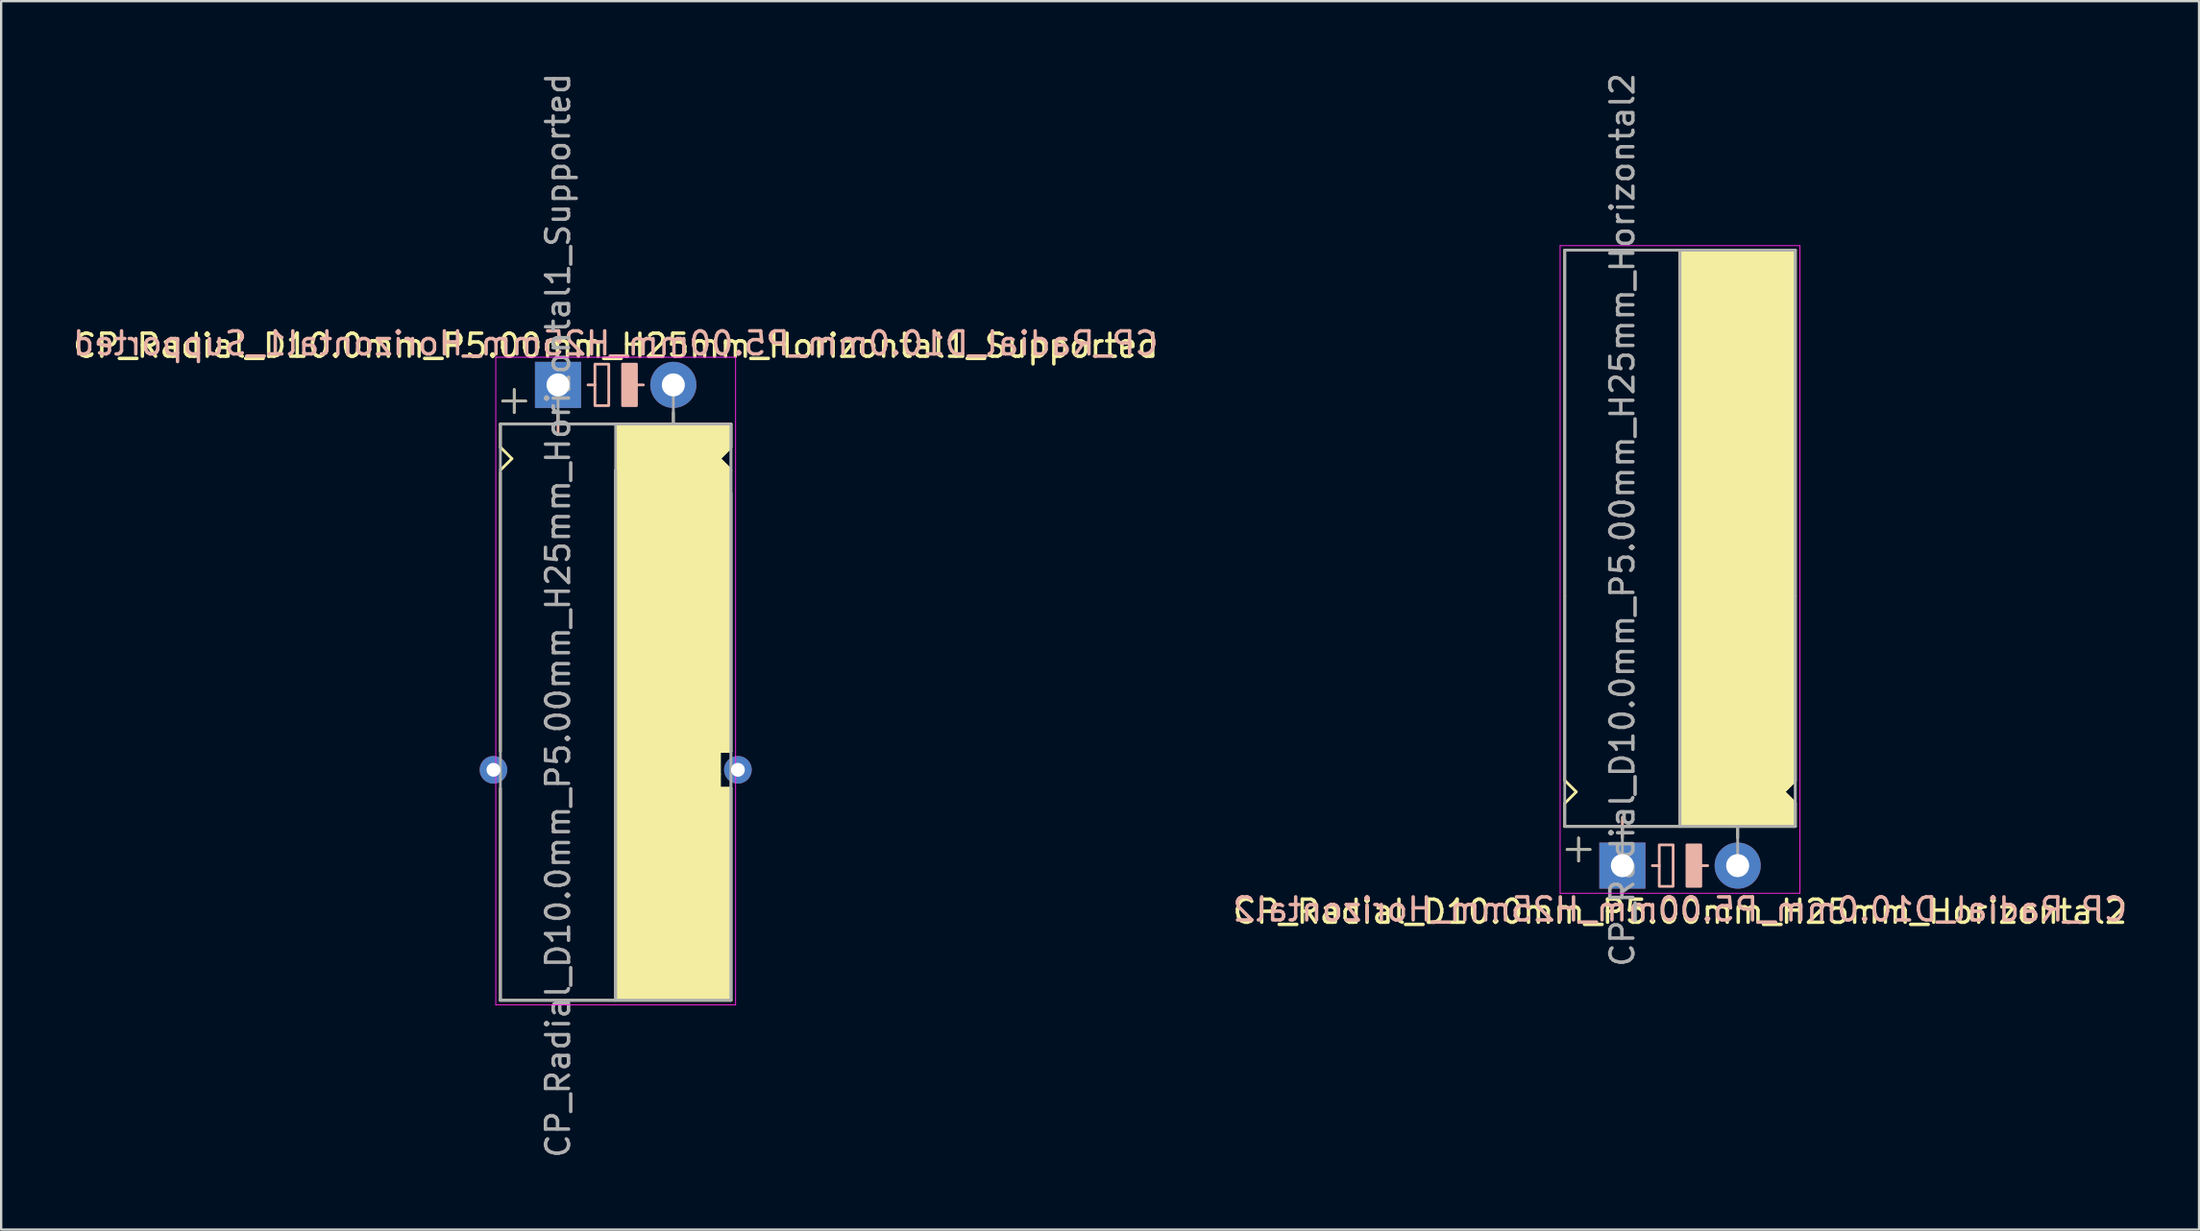
<source format=kicad_pcb>
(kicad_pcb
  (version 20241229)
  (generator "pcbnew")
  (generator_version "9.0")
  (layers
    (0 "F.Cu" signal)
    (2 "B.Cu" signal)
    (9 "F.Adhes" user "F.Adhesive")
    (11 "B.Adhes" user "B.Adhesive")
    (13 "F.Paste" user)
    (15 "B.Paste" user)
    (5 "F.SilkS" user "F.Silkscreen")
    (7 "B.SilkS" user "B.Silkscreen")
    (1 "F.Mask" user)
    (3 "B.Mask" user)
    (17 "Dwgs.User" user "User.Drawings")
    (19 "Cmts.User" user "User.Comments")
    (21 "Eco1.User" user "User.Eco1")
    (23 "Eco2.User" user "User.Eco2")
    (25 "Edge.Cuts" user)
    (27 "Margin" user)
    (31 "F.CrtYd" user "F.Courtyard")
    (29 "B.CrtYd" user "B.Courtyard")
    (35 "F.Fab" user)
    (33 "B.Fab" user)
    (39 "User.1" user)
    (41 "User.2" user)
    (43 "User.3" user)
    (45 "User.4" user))
  (footprint "CP_Radial_D10.0mm_P5.00mm_H25mm_Horizontal1_Supported"
    (layer "F.Cu")
    (at 21.149 13.649)
    (property "Reference" "CP_Radial_D10.0mm_P5.00mm_H25mm_Horizontal1_Supported" (at 2.5 -1.7 0) (layer "F.SilkS") (effects (font (size 1 1) (thickness 0.15))))
    (fp_line (start -2.5 1.7) (end -2.5 2.7) (stroke (width 0.12) (type solid)) (layer "F.SilkS"))
    (fp_line (start -2.5 2.7) (end -2 3.2) (stroke (width 0.12) (type solid)) (layer "F.SilkS"))
    (fp_line (start -2.5 3.8) (end -2.5 15.9) (stroke (width 0.12) (type solid)) (layer "F.SilkS"))
    (fp_line (start -2.5 17.5) (end -2.5 26.7) (stroke (width 0.12) (type solid)) (layer "F.SilkS"))
    (fp_line (start -2.5 26.7) (end 7.5 26.7) (stroke (width 0.12) (type solid)) (layer "F.SilkS"))
    (fp_line (start -2 3.2) (end -2.5 3.7) (stroke (width 0.12) (type solid)) (layer "F.SilkS"))
    (fp_line (start -1.9 0.2) (end -1.9 1.2) (stroke (width 0.12) (type solid)) (layer "F.SilkS"))
    (fp_line (start -1.4 0.7) (end -2.4 0.7) (stroke (width 0.12) (type solid)) (layer "F.SilkS"))
    (fp_line (start 0 1.7) (end 0 1.2) (stroke (width 0.12) (type solid)) (layer "F.SilkS"))
    (fp_line (start 2.5 1.7) (end -2.5 1.7) (stroke (width 0.12) (type solid)) (layer "F.SilkS"))
    (fp_line (start 2.5 26.7) (end 2.5 3.7) (stroke (width 0.12) (type solid)) (layer "F.SilkS"))
    (fp_line (start 5 1.7) (end 5 1.2) (stroke (width 0.12) (type solid)) (layer "F.SilkS"))
    (fp_line (start 7 3.2) (end 7.5 3.7) (stroke (width 0.12) (type solid)) (layer "F.SilkS"))
    (fp_line (start 7 15.9) (end 7.5 15.9) (stroke (width 0.12) (type solid)) (layer "F.SilkS"))
    (fp_line (start 7 16.9) (end 7 15.9) (stroke (width 0.12) (type solid)) (layer "F.SilkS"))
    (fp_line (start 7 17.5) (end 7 16.9) (stroke (width 0.12) (type solid)) (layer "F.SilkS"))
    (fp_line (start 7.5 1.7) (end 2.5 1.7) (stroke (width 0.12) (type solid)) (layer "F.SilkS"))
    (fp_line (start 7.5 1.7) (end 7.5 2.7) (stroke (width 0.12) (type solid)) (layer "F.SilkS"))
    (fp_line (start 7.5 2.7) (end 7 3.2) (stroke (width 0.12) (type solid)) (layer "F.SilkS"))
    (fp_line (start 7.5 4.7) (end 7.5 15.9) (stroke (width 0.12) (type solid)) (layer "F.SilkS"))
    (fp_line (start 7.5 17.5) (end 7 17.5) (stroke (width 0.12) (type solid)) (layer "F.SilkS"))
    (fp_line (start 7.5 17.5) (end 7.5 26.7) (stroke (width 0.12) (type solid)) (layer "F.SilkS"))
    (fp_poly (pts (xy 7.5 2.7) (xy 7 3.2) (xy 7.5 3.7) (xy 7.5 15.9) (xy 7 15.9) (xy 7 17.5) (xy 7.5 17.5) (xy 7.5 26.7) (xy 2.5 26.7) (xy 2.5 1.7) (xy 7.5 1.7)) (stroke (width 0.1) (type solid)) (fill yes) (layer "F.SilkS"))
    (fp_line (start 0 1.3) (end 0 2.1) (stroke (width 0.12) (type solid)) (layer "B.SilkS"))
    (fp_line (start 0.4 1.7) (end -0.4 1.7) (stroke (width 0.12) (type solid)) (layer "B.SilkS"))
    (fp_line (start 1.6 0) (end 1.3 0) (stroke (width 0.12) (type solid)) (layer "B.SilkS"))
    (fp_line (start 3.7 0) (end 3.4 0) (stroke (width 0.12) (type solid)) (layer "B.SilkS"))
    (fp_rect (start 2.2 -0.9) (end 1.6 0.9) (stroke (width 0.12) (type solid)) (fill no) (layer "B.SilkS"))
    (fp_rect (start 3.4 -0.9) (end 2.8 0.9) (stroke (width 0.12) (type solid)) (fill yes) (layer "B.SilkS"))
    (fp_line (start -2.7 -1.2) (end 5.3 -1.2) (stroke (width 0.04) (type solid)) (layer "F.CrtYd"))
    (fp_line (start -2.7 26.9) (end -2.7 -1.2) (stroke (width 0.04) (type solid)) (layer "F.CrtYd"))
    (fp_line (start 5.3 -1.2) (end 7.7 -1.2) (stroke (width 0.04) (type solid)) (layer "F.CrtYd"))
    (fp_line (start 7.7 -1.2) (end 7.7 26.9) (stroke (width 0.04) (type solid)) (layer "F.CrtYd"))
    (fp_line (start 7.7 26.9) (end -2.7 26.9) (stroke (width 0.04) (type solid)) (layer "F.CrtYd"))
    (fp_line (start -2.5 1.7) (end -2.5 26.7) (stroke (width 0.12) (type solid)) (layer "F.Fab"))
    (fp_line (start -2.5 26.7) (end 7.5 26.7) (stroke (width 0.12) (type solid)) (layer "F.Fab"))
    (fp_line (start -2.4 0.7) (end -1.4 0.7) (stroke (width 0.1) (type solid)) (layer "F.Fab"))
    (fp_line (start -1.9 1.2) (end -1.9 0.2) (stroke (width 0.1) (type solid)) (layer "F.Fab"))
    (fp_line (start 0 1.7) (end 0 0) (stroke (width 0.12) (type solid)) (layer "F.Fab"))
    (fp_line (start 2.5 3.7) (end 2.5 26.7) (stroke (width 0.12) (type solid)) (layer "F.Fab"))
    (fp_line (start 5 1.7) (end 5 0) (stroke (width 0.12) (type solid)) (layer "F.Fab"))
    (fp_line (start 7.5 1.7) (end -2.5 1.7) (stroke (width 0.12) (type solid)) (layer "F.Fab"))
    (fp_line (start 7.5 26.7) (end 7.5 1.7) (stroke (width 0.12) (type solid)) (layer "F.Fab"))
    (fp_poly (pts (xy 7.5 26.7) (xy 2.5 26.7) (xy 2.5 1.7) (xy 7.5 1.7)) (stroke (width 0.1) (type solid)) (fill no) (layer "F.Fab"))
    (fp_text user "${REFERENCE}" (at 2.5 -1.8 0) (layer "B.SilkS") (effects (font (size 1 1) (thickness 0.15)) (justify mirror)))
    (fp_text user "${REFERENCE}" (at 0 10 90) (layer "F.Fab") (effects (font (size 1 1) (thickness 0.15))))
    (pad "1" thru_hole rect (at 0 0) (size 2 2) (drill 1) (layers "*.Cu" "*.Mask"))
    (pad "2" thru_hole circle (at 5 0) (size 2 2) (drill 1) (layers "*.Cu" "*.Mask"))
    (pad "~" thru_hole circle (at -2.8 16.7) (size 1.2 1.2) (drill 0.6) (layers "*.Cu" "*.Mask"))
    (pad "~" thru_hole circle (at 7.8 16.7) (size 1.2 1.2) (drill 0.6) (layers "*.Cu" "*.Mask")))
  (footprint "CP_Radial_D10.0mm_P5.00mm_H25mm_Horizontal2"
    (layer "F.Cu")
    (at 67.304 34.506)
    (property "Reference" "CP_Radial_D10.0mm_P5.00mm_H25mm_Horizontal2" (at 2.5 2 0) (layer "F.SilkS") (effects (font (size 1 1) (thickness 0.15))))
    (fp_line (start -2.5 -26.7) (end 7.5 -26.7) (stroke (width 0.12) (type solid)) (layer "F.SilkS"))
    (fp_line (start -2.5 -11.7) (end -2.5 -26.7) (stroke (width 0.12) (type solid)) (layer "F.SilkS"))
    (fp_line (start -2.5 -3.7) (end -2.5 -11.7) (stroke (width 0.12) (type solid)) (layer "F.SilkS"))
    (fp_line (start -2.5 -2.7) (end -2 -3.2) (stroke (width 0.12) (type solid)) (layer "F.SilkS"))
    (fp_line (start -2.5 -1.7) (end -2.5 -2.7) (stroke (width 0.12) (type solid)) (layer "F.SilkS"))
    (fp_line (start -2 -3.2) (end -2.5 -3.7) (stroke (width 0.12) (type solid)) (layer "F.SilkS"))
    (fp_line (start -1.9 -1.2) (end -1.9 -0.2) (stroke (width 0.12) (type solid)) (layer "F.SilkS"))
    (fp_line (start -1.4 -0.7) (end -2.4 -0.7) (stroke (width 0.12) (type solid)) (layer "F.SilkS"))
    (fp_line (start 0 -1.7) (end 0 -1.2) (stroke (width 0.12) (type solid)) (layer "F.SilkS"))
    (fp_line (start 2.5 -26.7) (end 2.5 -1.7) (stroke (width 0.12) (type solid)) (layer "F.SilkS"))
    (fp_line (start 2.5 -1.7) (end -2.5 -1.7) (stroke (width 0.12) (type solid)) (layer "F.SilkS"))
    (fp_line (start 5 -1.7) (end 5 -1.2) (stroke (width 0.12) (type solid)) (layer "F.SilkS"))
    (fp_line (start 7 -3.2) (end 7.5 -3.7) (stroke (width 0.12) (type solid)) (layer "F.SilkS"))
    (fp_line (start 7.5 -11.7) (end 7.5 -26.7) (stroke (width 0.12) (type solid)) (layer "F.SilkS"))
    (fp_line (start 7.5 -3.7) (end 7.5 -11.7) (stroke (width 0.12) (type solid)) (layer "F.SilkS"))
    (fp_line (start 7.5 -2.7) (end 7 -3.2) (stroke (width 0.12) (type solid)) (layer "F.SilkS"))
    (fp_line (start 7.5 -1.7) (end 2.5 -1.7) (stroke (width 0.12) (type solid)) (layer "F.SilkS"))
    (fp_line (start 7.5 -1.7) (end 7.5 -2.7) (stroke (width 0.12) (type solid)) (layer "F.SilkS"))
    (fp_poly (pts (xy 7.5 -2.7) (xy 7 -3.2) (xy 7.5 -3.7) (xy 7.5 -26.7) (xy 2.5 -26.7) (xy 2.5 -1.7) (xy 7.5 -1.7)) (stroke (width 0.1) (type solid)) (fill yes) (layer "F.SilkS"))
    (fp_line (start 0 -2.1) (end 0 -1.3) (stroke (width 0.12) (type solid)) (layer "B.SilkS"))
    (fp_line (start 0.4 -1.7) (end -0.4 -1.7) (stroke (width 0.12) (type solid)) (layer "B.SilkS"))
    (fp_line (start 1.6 0) (end 1.3 0) (stroke (width 0.12) (type solid)) (layer "B.SilkS"))
    (fp_line (start 3.7 0) (end 3.4 0) (stroke (width 0.12) (type solid)) (layer "B.SilkS"))
    (fp_rect (start 2.2 -0.9) (end 1.6 0.9) (stroke (width 0.12) (type solid)) (fill no) (layer "B.SilkS"))
    (fp_rect (start 3.4 -0.9) (end 2.8 0.9) (stroke (width 0.12) (type solid)) (fill yes) (layer "B.SilkS"))
    (fp_line (start -2.7 -26.9) (end -2.7 1.2) (stroke (width 0.04) (type solid)) (layer "F.CrtYd"))
    (fp_line (start -2.7 1.2) (end 5.3 1.2) (stroke (width 0.04) (type solid)) (layer "F.CrtYd"))
    (fp_line (start 5.3 1.2) (end 7.7 1.2) (stroke (width 0.04) (type solid)) (layer "F.CrtYd"))
    (fp_line (start 7.7 -26.9) (end -2.7 -26.9) (stroke (width 0.04) (type solid)) (layer "F.CrtYd"))
    (fp_line (start 7.7 1.2) (end 7.7 -26.9) (stroke (width 0.04) (type solid)) (layer "F.CrtYd"))
    (fp_line (start -2.5 -26.7) (end 7.5 -26.7) (stroke (width 0.12) (type solid)) (layer "F.Fab"))
    (fp_line (start -2.5 -1.7) (end -2.5 -26.7) (stroke (width 0.12) (type solid)) (layer "F.Fab"))
    (fp_line (start -2.4 -0.7) (end -1.4 -0.7) (stroke (width 0.1) (type solid)) (layer "F.Fab"))
    (fp_line (start -1.9 -0.2) (end -1.9 -1.2) (stroke (width 0.1) (type solid)) (layer "F.Fab"))
    (fp_line (start 0 -1.7) (end 0 0) (stroke (width 0.12) (type solid)) (layer "F.Fab"))
    (fp_line (start 2.5 -1.7) (end 2.5 -26.7) (stroke (width 0.12) (type solid)) (layer "F.Fab"))
    (fp_line (start 5 -1.7) (end 5 0) (stroke (width 0.12) (type solid)) (layer "F.Fab"))
    (fp_line (start 7.5 -26.7) (end 7.5 -1.7) (stroke (width 0.12) (type solid)) (layer "F.Fab"))
    (fp_line (start 7.5 -1.7) (end -2.5 -1.7) (stroke (width 0.12) (type solid)) (layer "F.Fab"))
    (fp_poly (pts (xy 7.5 -26.7) (xy 2.5 -26.7) (xy 2.5 -1.7) (xy 7.5 -1.7)) (stroke (width 0.1) (type solid)) (fill no) (layer "F.Fab"))
    (fp_text user "${REFERENCE}" (at 2.5 1.9 0) (layer "B.SilkS") (effects (font (size 1 1) (thickness 0.15)) (justify mirror)))
    (fp_text user "${REFERENCE}" (at 0 -15 90) (layer "F.Fab") (effects (font (size 1 1) (thickness 0.15))))
    (pad "1" thru_hole rect (at 0 0) (size 2 2) (drill 1) (layers "*.Cu" "*.Mask"))
    (pad "2" thru_hole circle (at 5 0) (size 2 2) (drill 1) (layers "*.Cu" "*.Mask")))
  (gr_rect
    (start -3 -3)
    (end 92.31 50.298)
    (stroke (width 0.1) (type default))
    (fill no)
    (layer "Edge.Cuts")))
</source>
